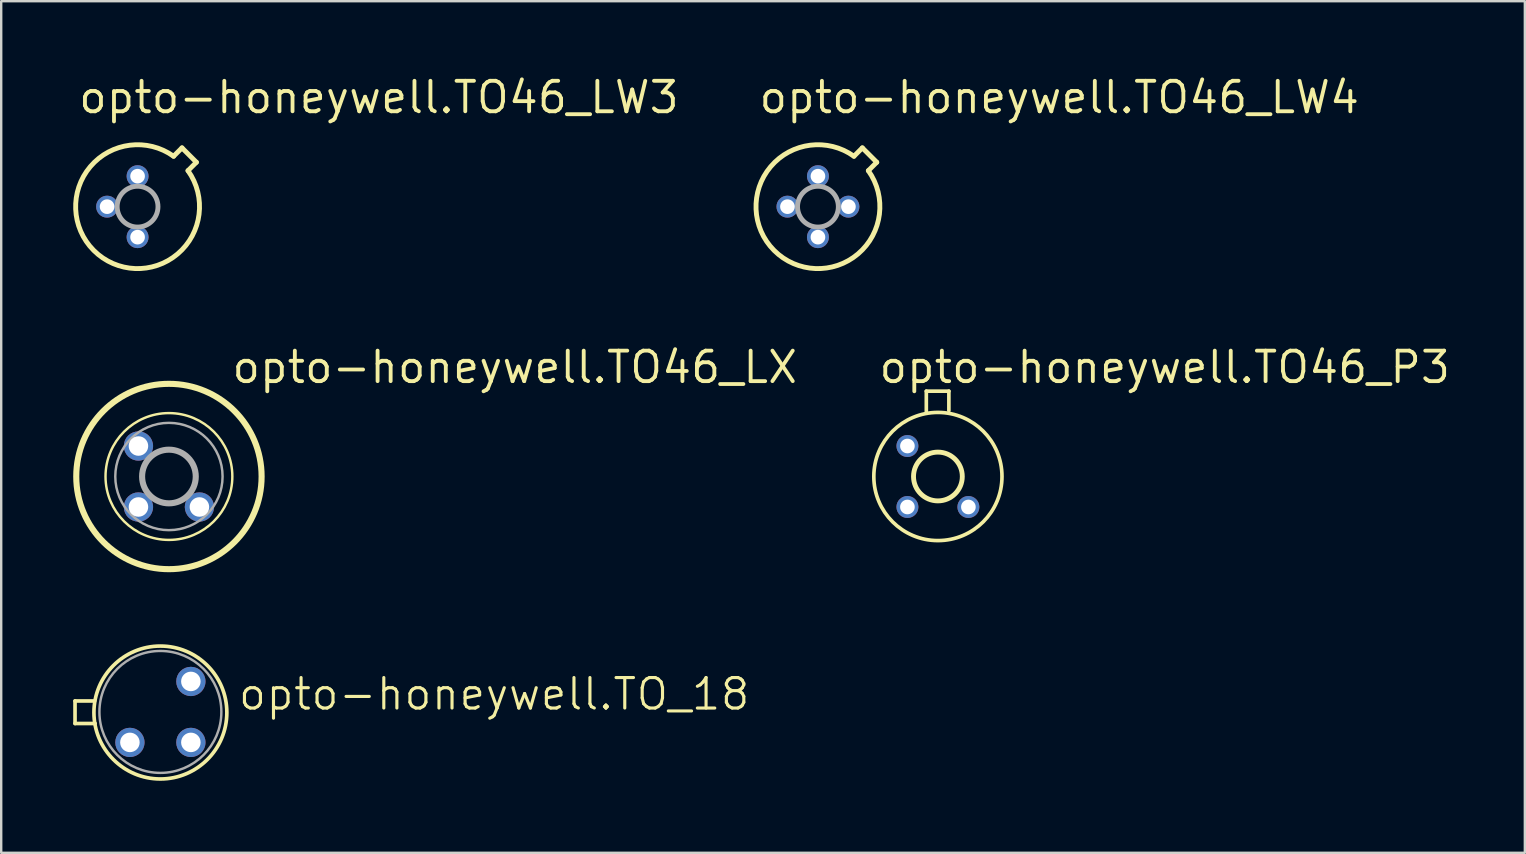
<source format=kicad_pcb>
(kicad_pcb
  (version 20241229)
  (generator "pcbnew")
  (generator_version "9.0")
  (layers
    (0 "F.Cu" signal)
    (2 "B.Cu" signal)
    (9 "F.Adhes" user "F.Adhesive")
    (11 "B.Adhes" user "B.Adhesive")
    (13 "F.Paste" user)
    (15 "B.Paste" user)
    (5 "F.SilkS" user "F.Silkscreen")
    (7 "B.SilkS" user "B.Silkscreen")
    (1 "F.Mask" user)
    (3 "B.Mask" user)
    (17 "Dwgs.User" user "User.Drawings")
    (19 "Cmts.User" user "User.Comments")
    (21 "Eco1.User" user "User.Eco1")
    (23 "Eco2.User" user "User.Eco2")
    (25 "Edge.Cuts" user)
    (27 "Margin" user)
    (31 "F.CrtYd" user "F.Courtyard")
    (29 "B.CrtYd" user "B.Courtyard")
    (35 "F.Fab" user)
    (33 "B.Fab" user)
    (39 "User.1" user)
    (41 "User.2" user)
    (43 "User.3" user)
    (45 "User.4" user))
  (footprint "opto-honeywell.TO46_LX"
    (layer "F.Cu")
    (at 3.988 16.802)
    (property "Reference" "opto-honeywell.TO46_LX" (at 2.54 -3.81 0) (layer "F.SilkS") (effects (font (size 1.27 1.27) (thickness 0.16)) (justify left bottom)))
    (attr through_hole)
    (fp_circle (center 0 0) (end 2.642 0) (stroke (width 0.102) (type default)) (fill no) (layer "F.SilkS"))
    (fp_circle (center 0 0) (end 3.861 0) (stroke (width 0.254) (type default)) (fill no) (layer "F.SilkS"))
    (fp_circle (center 0 0) (end 1.118 0) (stroke (width 0.254) (type default)) (fill no) (layer "F.Fab"))
    (fp_circle (center 0 0) (end 2.235 0) (stroke (width 0.102) (type default)) (fill no) (layer "F.Fab"))
    (pad "1" thru_hole circle (at -1.27 -1.27) (size 1.219 1.219) (drill 0.813) (layers "*.Cu" "*.Mask"))
    (pad "2" thru_hole circle (at -1.27 1.27) (size 1.219 1.219) (drill 0.813) (layers "*.Cu" "*.Mask"))
    (pad "3" thru_hole circle (at 1.27 1.27) (size 1.219 1.219) (drill 0.813) (layers "*.Cu" "*.Mask")))
  (footprint "opto-honeywell.TO_18"
    (layer "F.Cu")
    (at 3.632 26.61)
    (property "Reference" "opto-honeywell.TO_18" (at 3.175 0 0) (layer "F.SilkS") (effects (font (size 1.27 1.27) (thickness 0.13)) (justify left bottom)))
    (attr through_hole)
    (fp_line (start -3.556 -0.457) (end -3.556 0.483) (stroke (width 0.152) (type default)) (layer "F.SilkS"))
    (fp_line (start -3.556 0.483) (end -2.718 0.483) (stroke (width 0.152) (type default)) (layer "F.SilkS"))
    (fp_line (start -2.743 -0.457) (end -3.556 -0.457) (stroke (width 0.152) (type default)) (layer "F.SilkS"))
    (fp_circle (center 0 0.025) (end 2.769 0.025) (stroke (width 0.152) (type default)) (fill no) (layer "F.SilkS"))
    (fp_circle (center 0 0) (end 2.54 0) (stroke (width 0.102) (type default)) (fill no) (layer "F.Fab"))
    (pad "1" thru_hole circle (at -1.27 1.27) (size 1.219 1.219) (drill 0.813) (layers "*.Cu" "*.Mask"))
    (pad "2" thru_hole circle (at 1.27 1.27) (size 1.219 1.219) (drill 0.813) (layers "*.Cu" "*.Mask"))
    (pad "3" thru_hole circle (at 1.27 -1.27) (size 1.219 1.219) (drill 0.813) (layers "*.Cu" "*.Mask")))
  (footprint "opto-honeywell.TO46_LW4"
    (layer "F.Cu")
    (at 31.027 5.56)
    (property "Reference" "opto-honeywell.TO46_LW4" (at -2.54 -3.81 0) (layer "F.SilkS") (effects (font (size 1.27 1.27) (thickness 0.16)) (justify left bottom)))
    (attr through_hole)
    (fp_line (start 1.5 -2.1) (end 1.85 -2.45) (stroke (width 0.203) (type default)) (layer "F.SilkS"))
    (fp_line (start 1.85 -2.45) (end 2.45 -1.85) (stroke (width 0.203) (type default)) (layer "F.SilkS"))
    (fp_line (start 2.45 -1.85) (end 2.1 -1.5) (stroke (width 0.203) (type default)) (layer "F.SilkS"))
    (fp_arc (start 2.099999 -1.5) (mid -1.824854 1.824854) (end 1.5 -2.099999) (stroke (width 0.2032) (type default)) (layer "F.SilkS"))
    (fp_circle (center 0 0) (end 0.85 0) (stroke (width 0.203) (type default)) (fill no) (layer "F.Fab"))
    (pad "1" thru_hole circle (at 0 -1.27) (size 0.914 0.914) (drill 0.61) (layers "*.Cu" "*.Mask"))
    (pad "2" thru_hole circle (at -1.27 0) (size 0.914 0.914) (drill 0.61) (layers "*.Cu" "*.Mask"))
    (pad "3" thru_hole circle (at 0 1.27) (size 0.914 0.914) (drill 0.61) (layers "*.Cu" "*.Mask"))
    (pad "4" thru_hole circle (at 1.27 0) (size 0.914 0.914) (drill 0.61) (layers "*.Cu" "*.Mask")))
  (footprint "opto-honeywell.TO46_P3"
    (layer "F.Cu")
    (at 36.025 16.802)
    (property "Reference" "opto-honeywell.TO46_P3" (at -2.54 -3.81 0) (layer "F.SilkS") (effects (font (size 1.27 1.27) (thickness 0.16)) (justify left bottom)))
    (attr through_hole)
    (fp_line (start -0.483 -3.556) (end -0.483 -2.718) (stroke (width 0.152) (type default)) (layer "F.SilkS"))
    (fp_line (start 0.457 -3.556) (end -0.483 -3.556) (stroke (width 0.152) (type default)) (layer "F.SilkS"))
    (fp_line (start 0.457 -2.743) (end 0.457 -3.556) (stroke (width 0.152) (type default)) (layer "F.SilkS"))
    (fp_circle (center 0 0) (end 1.016 0) (stroke (width 0.203) (type default)) (fill no) (layer "F.SilkS"))
    (fp_circle (center 0 0) (end 2.67 0) (stroke (width 0.152) (type default)) (fill no) (layer "F.SilkS"))
    (pad "1" thru_hole circle (at -1.27 -1.27) (size 0.914 0.914) (drill 0.61) (layers "*.Cu" "*.Mask"))
    (pad "2" thru_hole circle (at -1.27 1.27) (size 0.914 0.914) (drill 0.61) (layers "*.Cu" "*.Mask"))
    (pad "3" thru_hole circle (at 1.27 1.27) (size 0.914 0.914) (drill 0.61) (layers "*.Cu" "*.Mask")))
  (footprint "opto-honeywell.TO46_LW3"
    (layer "F.Cu")
    (at 2.682 5.56)
    (property "Reference" "opto-honeywell.TO46_LW3" (at -2.54 -3.81 0) (layer "F.SilkS") (effects (font (size 1.27 1.27) (thickness 0.16)) (justify left bottom)))
    (attr through_hole)
    (fp_line (start 1.5 -2.1) (end 1.85 -2.45) (stroke (width 0.203) (type default)) (layer "F.SilkS"))
    (fp_line (start 1.85 -2.45) (end 2.45 -1.85) (stroke (width 0.203) (type default)) (layer "F.SilkS"))
    (fp_line (start 2.45 -1.85) (end 2.1 -1.5) (stroke (width 0.203) (type default)) (layer "F.SilkS"))
    (fp_arc (start 2.099999 -1.5) (mid -1.824854 1.824854) (end 1.5 -2.099999) (stroke (width 0.2032) (type default)) (layer "F.SilkS"))
    (fp_circle (center 0 0) (end 0.85 0) (stroke (width 0.203) (type default)) (fill no) (layer "F.Fab"))
    (pad "1" thru_hole circle (at 0 -1.27) (size 0.914 0.914) (drill 0.61) (layers "*.Cu" "*.Mask"))
    (pad "2" thru_hole circle (at -1.27 0) (size 0.914 0.914) (drill 0.61) (layers "*.Cu" "*.Mask"))
    (pad "3" thru_hole circle (at 0 1.27) (size 0.914 0.914) (drill 0.61) (layers "*.Cu" "*.Mask")))
  (gr_rect
    (start -3 -3)
    (end 60.478 32.48)
    (stroke (width 0.1) (type default))
    (fill no)
    (layer "Edge.Cuts")))
</source>
